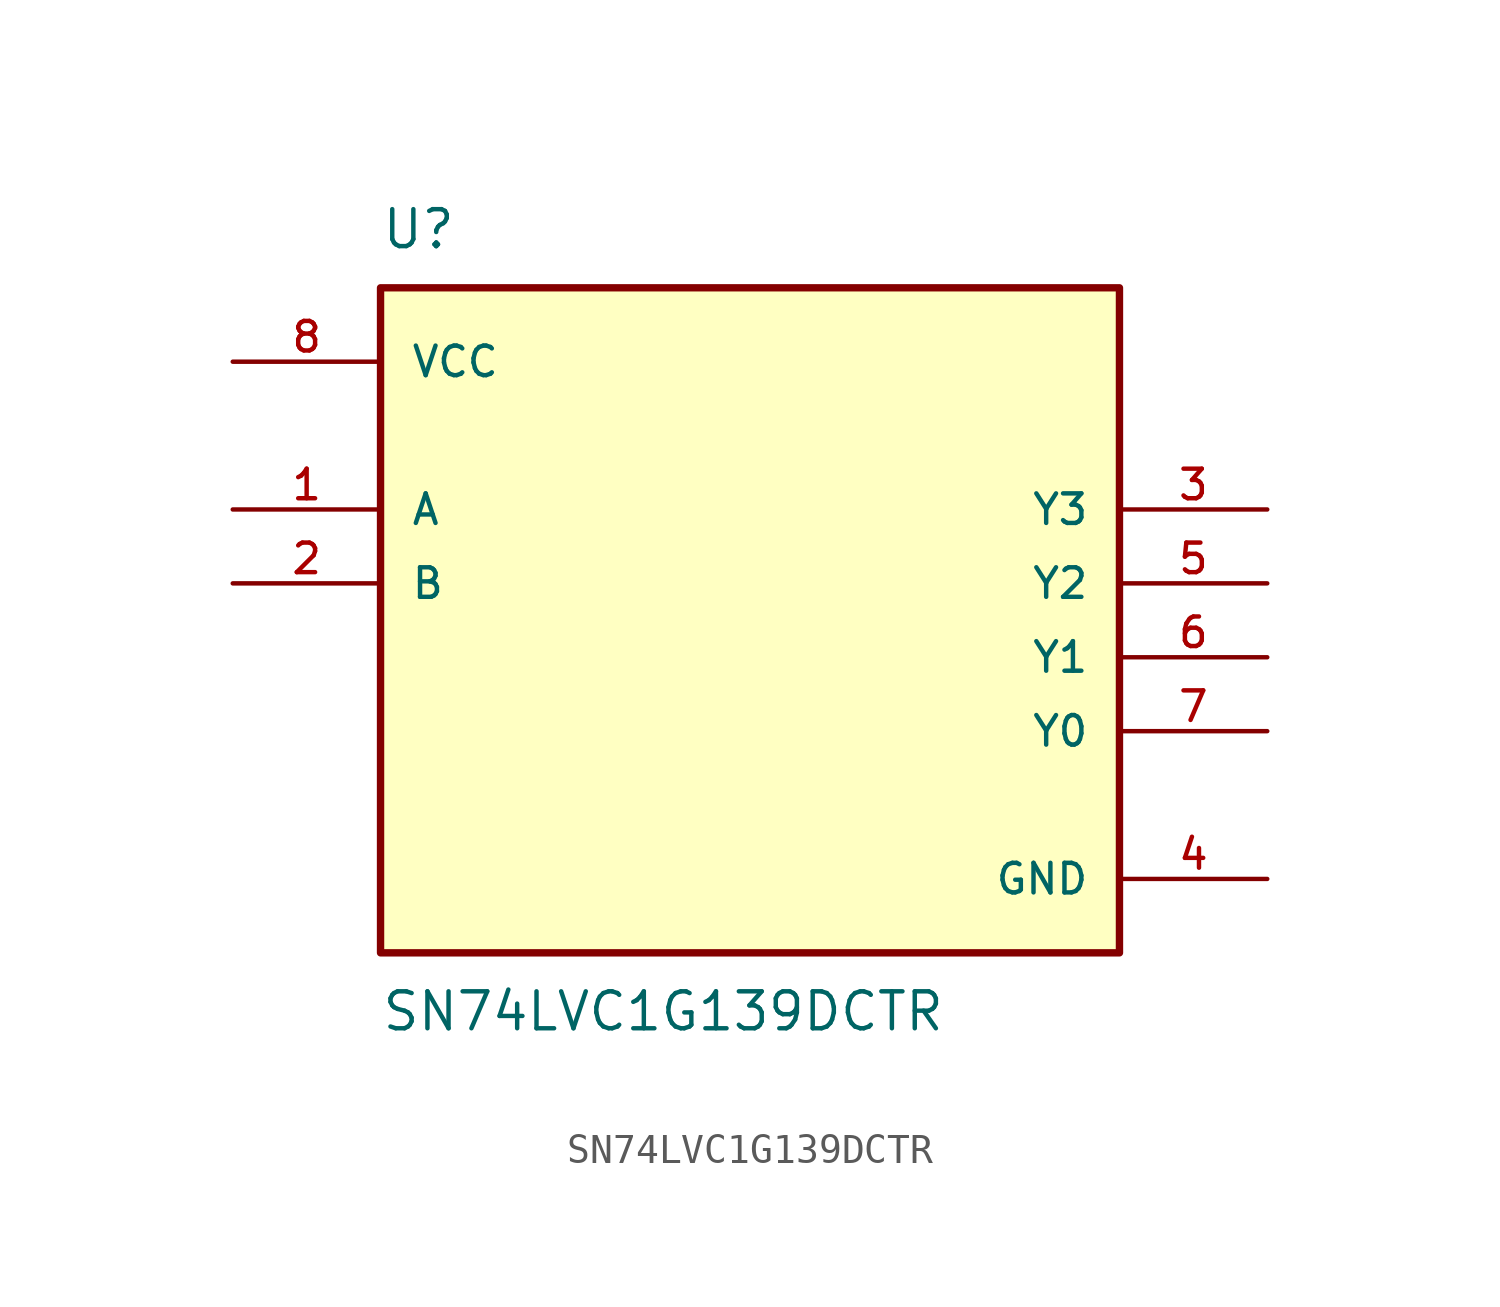
<source format=kicad_sym>
(kicad_symbol_lib
  (version 20211014)
  (generator kicad_symbol_editor)
  (symbol "SN74LVC1G139DCTR"
    (pin_names
      (offset 1.016))
    (property "Reference" "U"
      (at -12.7 11.43 0)
      (effects (font (size 1.27 1.27)) (justify bottom left)))
    (property "Value" "SN74LVC1G139DCTR"
      (at -12.7 -13.97 0)
      (effects (font (size 1.27 1.27)) (justify top left)))
    (symbol "SN74LVC1G139DCTR_0_0"
      (rectangle (start -12.7 -12.7) (end 12.7 10.16) (stroke (width 0.254)) (fill (type background)))
      (pin power_in line (at 17.78 -10.16 180.0) (length 5.08) (name "GND" (effects (font (size 1.016 1.016)))) (number "4" (effects (font (size 1.016 1.016)))))
      (pin power_in line (at -17.78 7.62 0) (length 5.08) (name "VCC" (effects (font (size 1.016 1.016)))) (number "8" (effects (font (size 1.016 1.016)))))
      (pin output line (at 17.78 -5.08 180.0) (length 5.08) (name "Y0" (effects (font (size 1.016 1.016)))) (number "7" (effects (font (size 1.016 1.016)))))
      (pin output line (at 17.78 -2.54 180.0) (length 5.08) (name "Y1" (effects (font (size 1.016 1.016)))) (number "6" (effects (font (size 1.016 1.016)))))
      (pin output line (at 17.78 2.54 180.0) (length 5.08) (name "Y3" (effects (font (size 1.016 1.016)))) (number "3" (effects (font (size 1.016 1.016)))))
      (pin output line (at 17.78 0.0 180.0) (length 5.08) (name "Y2" (effects (font (size 1.016 1.016)))) (number "5" (effects (font (size 1.016 1.016)))))
      (pin input line (at -17.78 2.54 0) (length 5.08) (name "A" (effects (font (size 1.016 1.016)))) (number "1" (effects (font (size 1.016 1.016)))))
      (pin input line (at -17.78 0.0 0) (length 5.08) (name "B" (effects (font (size 1.016 1.016)))) (number "2" (effects (font (size 1.016 1.016))))))))
</source>
